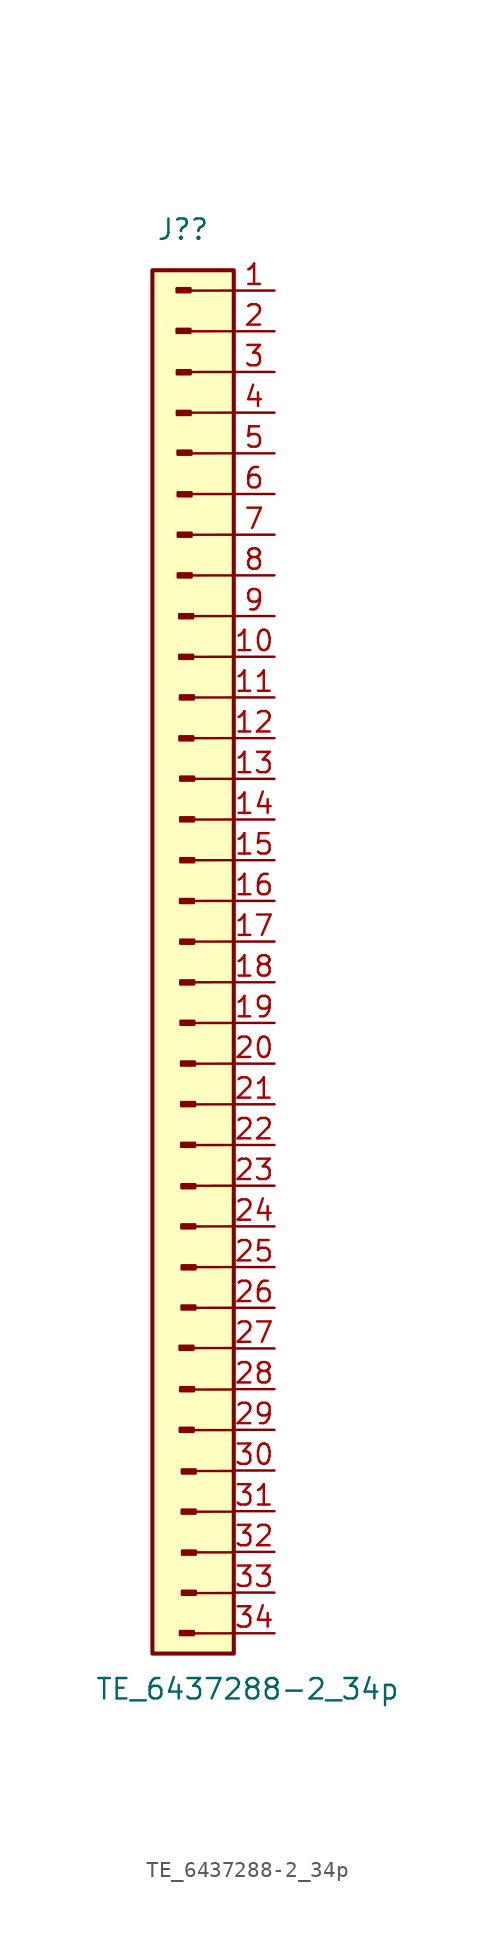
<source format=kicad_sym>
(kicad_symbol_lib
  (version 20211014)
  (generator kicad_symbol_editor)
  (symbol "TE_6437288-2_34p"
    (property "Reference" "J?"
      (at -3.175 3.81 0)
      (effects (font (size 1.27 1.27))))
    (property "Value" "TE_6437288-2_34p"
      (at 0.857 -87.307 0)
      (effects (font (size 1.27 1.27))))
    (symbol "TE_6437288-2_34p_0_1"
      (rectangle (start -5.08 1.27) (end 0 -85.09) (stroke (width 0.254) (type default) (color 0 0 0 0)) (fill (type background)))
      (polyline (pts (xy -0.124 -66.015) (xy -2.764 -66.018)) (stroke (width 0) (type default) (color 0 0 0 0)) (fill (type none)))
      (polyline (pts (xy -0.112 -71.136) (xy -2.752 -71.139)) (stroke (width 0) (type default) (color 0 0 0 0)) (fill (type none)))
      (polyline (pts (xy -0.1 -83.824) (xy -2.74 -83.827)) (stroke (width 0) (type default) (color 0 0 0 0)) (fill (type none)))
      (polyline (pts (xy -0.088 -68.603) (xy -2.728 -68.606)) (stroke (width 0) (type default) (color 0 0 0 0)) (fill (type none)))
      (polyline (pts (xy 0 -63.5) (xy -2.64 -63.503)) (stroke (width 0) (type default) (color 0 0 0 0)) (fill (type none)))
      (polyline (pts (xy 0 -60.96) (xy -2.64 -60.963)) (stroke (width 0) (type default) (color 0 0 0 0)) (fill (type none)))
      (polyline (pts (xy 0 -58.42) (xy -2.64 -58.423)) (stroke (width 0) (type default) (color 0 0 0 0)) (fill (type none)))
      (polyline (pts (xy 0 -55.88) (xy -2.64 -55.883)) (stroke (width 0) (type default) (color 0 0 0 0)) (fill (type none)))
      (polyline (pts (xy 0 -53.34) (xy -2.64 -53.343)) (stroke (width 0) (type default) (color 0 0 0 0)) (fill (type none)))
      (polyline (pts (xy 0 -50.8) (xy -2.64 -50.803)) (stroke (width 0) (type default) (color 0 0 0 0)) (fill (type none)))
      (polyline (pts (xy 0 -48.26) (xy -2.64 -48.263)) (stroke (width 0) (type default) (color 0 0 0 0)) (fill (type none)))
      (polyline (pts (xy 0 -45.72) (xy -2.64 -45.723)) (stroke (width 0) (type default) (color 0 0 0 0)) (fill (type none)))
      (polyline (pts (xy 0 -43.18) (xy -2.64 -43.183)) (stroke (width 0) (type default) (color 0 0 0 0)) (fill (type none)))
      (polyline (pts (xy 0 -40.64) (xy -2.64 -40.643)) (stroke (width 0) (type default) (color 0 0 0 0)) (fill (type none)))
      (polyline (pts (xy 0 -38.1) (xy -2.64 -38.103)) (stroke (width 0) (type default) (color 0 0 0 0)) (fill (type none)))
      (polyline (pts (xy 0 -35.56) (xy -2.64 -35.563)) (stroke (width 0) (type default) (color 0 0 0 0)) (fill (type none)))
      (polyline (pts (xy 0 -33.02) (xy -2.64 -33.023)) (stroke (width 0) (type default) (color 0 0 0 0)) (fill (type none)))
      (polyline (pts (xy 0 -30.48) (xy -2.64 -30.483)) (stroke (width 0) (type default) (color 0 0 0 0)) (fill (type none)))
      (polyline (pts (xy 0 -27.94) (xy -2.64 -27.943)) (stroke (width 0) (type default) (color 0 0 0 0)) (fill (type none)))
      (polyline (pts (xy 0 -25.4) (xy -2.64 -25.403)) (stroke (width 0) (type default) (color 0 0 0 0)) (fill (type none)))
      (polyline (pts (xy 0 -22.86) (xy -2.64 -22.863)) (stroke (width 0) (type default) (color 0 0 0 0)) (fill (type none)))
      (polyline (pts (xy 0 -20.32) (xy -2.64 -20.323)) (stroke (width 0) (type default) (color 0 0 0 0)) (fill (type none)))
      (polyline (pts (xy 0 -17.78) (xy -2.64 -17.783)) (stroke (width 0) (type default) (color 0 0 0 0)) (fill (type none)))
      (polyline (pts (xy 0 -15.24) (xy -2.64 -15.243)) (stroke (width 0) (type default) (color 0 0 0 0)) (fill (type none)))
      (polyline (pts (xy 0 -12.7) (xy -2.64 -12.703)) (stroke (width 0) (type default) (color 0 0 0 0)) (fill (type none)))
      (polyline (pts (xy 0 -10.16) (xy -2.64 -10.163)) (stroke (width 0) (type default) (color 0 0 0 0)) (fill (type none)))
      (polyline (pts (xy 0 -7.62) (xy -2.64 -7.623)) (stroke (width 0) (type default) (color 0 0 0 0)) (fill (type none)))
      (polyline (pts (xy 0 -5.08) (xy -2.64 -5.083)) (stroke (width 0) (type default) (color 0 0 0 0)) (fill (type none)))
      (polyline (pts (xy 0 -2.54) (xy -2.64 -2.543)) (stroke (width 0) (type default) (color 0 0 0 0)) (fill (type none)))
      (polyline (pts (xy 0 0) (xy -2.64 -0.003)) (stroke (width 0) (type default) (color 0 0 0 0)) (fill (type none)))
      (polyline (pts (xy 0.024 -81.309) (xy -2.616 -81.312)) (stroke (width 0) (type default) (color 0 0 0 0)) (fill (type none)))
      (polyline (pts (xy 0.024 -78.769) (xy -2.616 -78.772)) (stroke (width 0) (type default) (color 0 0 0 0)) (fill (type none)))
      (polyline (pts (xy 0.024 -76.229) (xy -2.616 -76.232)) (stroke (width 0) (type default) (color 0 0 0 0)) (fill (type none)))
      (polyline (pts (xy 0.024 -73.689) (xy -2.616 -73.692)) (stroke (width 0) (type default) (color 0 0 0 0)) (fill (type none))))
    (symbol "TE_6437288-2_34p_1_1"
      (rectangle (start -2.705 -2.389) (end -3.569 -2.643) (stroke (width 0.152) (type default) (color 0 0 0 0)) (fill (type outline)))
      (rectangle (start -2.705 0.15) (end -3.569 -0.103) (stroke (width 0.152) (type default) (color 0 0 0 0)) (fill (type outline)))
      (rectangle (start -2.691 -7.513) (end -3.554 -7.766) (stroke (width 0.152) (type default) (color 0 0 0 0)) (fill (type outline)))
      (rectangle (start -2.691 -4.973) (end -3.554 -5.226) (stroke (width 0.152) (type default) (color 0 0 0 0)) (fill (type outline)))
      (rectangle (start -2.648 -9.991) (end -3.511 -10.245) (stroke (width 0.152) (type default) (color 0 0 0 0)) (fill (type outline)))
      (rectangle (start -2.638 -12.591) (end -3.501 -12.845) (stroke (width 0.152) (type default) (color 0 0 0 0)) (fill (type outline)))
      (rectangle (start -2.633 -17.654) (end -3.496 -17.908) (stroke (width 0.152) (type default) (color 0 0 0 0)) (fill (type outline)))
      (rectangle (start -2.633 -15.114) (end -3.496 -15.368) (stroke (width 0.152) (type default) (color 0 0 0 0)) (fill (type outline)))
      (rectangle (start -2.539 -22.74) (end -3.403 -22.994) (stroke (width 0.152) (type default) (color 0 0 0 0)) (fill (type outline)))
      (rectangle (start -2.539 -20.2) (end -3.403 -20.454) (stroke (width 0.152) (type default) (color 0 0 0 0)) (fill (type outline)))
      (rectangle (start -2.53 -27.826) (end -3.394 -28.079) (stroke (width 0.152) (type default) (color 0 0 0 0)) (fill (type outline)))
      (rectangle (start -2.521 -65.872) (end -3.384 -66.126) (stroke (width 0.152) (type default) (color 0 0 0 0)) (fill (type outline)))
      (rectangle (start -2.509 -70.993) (end -3.372 -71.247) (stroke (width 0.152) (type default) (color 0 0 0 0)) (fill (type outline)))
      (rectangle (start -2.498 -25.27) (end -3.362 -25.524) (stroke (width 0.152) (type default) (color 0 0 0 0)) (fill (type outline)))
      (rectangle (start -2.497 -83.681) (end -3.36 -83.935) (stroke (width 0.152) (type default) (color 0 0 0 0)) (fill (type outline)))
      (rectangle (start -2.491 -37.983) (end -3.355 -38.237) (stroke (width 0.152) (type default) (color 0 0 0 0)) (fill (type outline)))
      (rectangle (start -2.485 -68.46) (end -3.348 -68.714) (stroke (width 0.152) (type default) (color 0 0 0 0)) (fill (type outline)))
      (rectangle (start -2.481 -32.882) (end -3.345 -33.136) (stroke (width 0.152) (type default) (color 0 0 0 0)) (fill (type outline)))
      (rectangle (start -2.481 -30.342) (end -3.345 -30.596) (stroke (width 0.152) (type default) (color 0 0 0 0)) (fill (type outline)))
      (rectangle (start -2.476 -43.061) (end -3.34 -43.315) (stroke (width 0.152) (type default) (color 0 0 0 0)) (fill (type outline)))
      (rectangle (start -2.476 -40.521) (end -3.34 -40.775) (stroke (width 0.152) (type default) (color 0 0 0 0)) (fill (type outline)))
      (rectangle (start -2.473 -35.434) (end -3.337 -35.688) (stroke (width 0.152) (type default) (color 0 0 0 0)) (fill (type outline)))
      (rectangle (start -2.46 -45.582) (end -3.324 -45.836) (stroke (width 0.152) (type default) (color 0 0 0 0)) (fill (type outline)))
      (rectangle (start -2.43 -48.127) (end -3.293 -48.381) (stroke (width 0.152) (type default) (color 0 0 0 0)) (fill (type outline)))
      (rectangle (start -2.419 -53.202) (end -3.282 -53.456) (stroke (width 0.152) (type default) (color 0 0 0 0)) (fill (type outline)))
      (rectangle (start -2.419 -50.662) (end -3.282 -50.916) (stroke (width 0.152) (type default) (color 0 0 0 0)) (fill (type outline)))
      (rectangle (start -2.41 -58.292) (end -3.274 -58.546) (stroke (width 0.152) (type default) (color 0 0 0 0)) (fill (type outline)))
      (rectangle (start -2.404 -55.785) (end -3.267 -56.039) (stroke (width 0.152) (type default) (color 0 0 0 0)) (fill (type outline)))
      (rectangle (start -2.397 -63.357) (end -3.26 -63.611) (stroke (width 0.152) (type default) (color 0 0 0 0)) (fill (type outline)))
      (rectangle (start -2.39 -60.85) (end -3.254 -61.104) (stroke (width 0.152) (type default) (color 0 0 0 0)) (fill (type outline)))
      (rectangle (start -2.386 -76.1) (end -3.25 -76.355) (stroke (width 0.152) (type default) (color 0 0 0 0)) (fill (type outline)))
      (rectangle (start -2.38 -73.594) (end -3.243 -73.848) (stroke (width 0.152) (type default) (color 0 0 0 0)) (fill (type outline)))
      (rectangle (start -2.373 -81.165) (end -3.236 -81.419) (stroke (width 0.152) (type default) (color 0 0 0 0)) (fill (type outline)))
      (rectangle (start -2.366 -78.659) (end -3.23 -78.913) (stroke (width 0.152) (type default) (color 0 0 0 0)) (fill (type outline)))
      (pin bidirectional line (at 2.54 0 180) (length 2.54) (name "" (effects (font (size 1.27 1.27)))) (number "1" (effects (font (size 1.27 1.27)))))
      (pin bidirectional line (at 2.54 -22.86 180) (length 2.54) (name "" (effects (font (size 1.27 1.27)))) (number "10" (effects (font (size 1.27 1.27)))))
      (pin bidirectional line (at 2.54 -25.4 180) (length 2.54) (name "" (effects (font (size 1.27 1.27)))) (number "11" (effects (font (size 1.27 1.27)))))
      (pin bidirectional line (at 2.54 -27.94 180) (length 2.54) (name "" (effects (font (size 1.27 1.27)))) (number "12" (effects (font (size 1.27 1.27)))))
      (pin bidirectional line (at 2.54 -30.48 180) (length 2.54) (name "" (effects (font (size 1.27 1.27)))) (number "13" (effects (font (size 1.27 1.27)))))
      (pin bidirectional line (at 2.54 -33.02 180) (length 2.54) (name "" (effects (font (size 1.27 1.27)))) (number "14" (effects (font (size 1.27 1.27)))))
      (pin bidirectional line (at 2.54 -35.56 180) (length 2.54) (name "" (effects (font (size 1.27 1.27)))) (number "15" (effects (font (size 1.27 1.27)))))
      (pin bidirectional line (at 2.54 -38.1 180) (length 2.54) (name "" (effects (font (size 1.27 1.27)))) (number "16" (effects (font (size 1.27 1.27)))))
      (pin bidirectional line (at 2.54 -40.64 180) (length 2.54) (name "" (effects (font (size 1.27 1.27)))) (number "17" (effects (font (size 1.27 1.27)))))
      (pin bidirectional line (at 2.54 -43.18 180) (length 2.54) (name "" (effects (font (size 1.27 1.27)))) (number "18" (effects (font (size 1.27 1.27)))))
      (pin bidirectional line (at 2.54 -45.72 180) (length 2.54) (name "" (effects (font (size 1.27 1.27)))) (number "19" (effects (font (size 1.27 1.27)))))
      (pin bidirectional line (at 2.54 -2.54 180) (length 2.54) (name "" (effects (font (size 1.27 1.27)))) (number "2" (effects (font (size 1.27 1.27)))))
      (pin bidirectional line (at 2.54 -48.26 180) (length 2.54) (name "" (effects (font (size 1.27 1.27)))) (number "20" (effects (font (size 1.27 1.27)))))
      (pin bidirectional line (at 2.54 -50.8 180) (length 2.54) (name "" (effects (font (size 1.27 1.27)))) (number "21" (effects (font (size 1.27 1.27)))))
      (pin bidirectional line (at 2.54 -53.34 180) (length 2.54) (name "" (effects (font (size 1.27 1.27)))) (number "22" (effects (font (size 1.27 1.27)))))
      (pin bidirectional line (at 2.54 -55.88 180) (length 2.54) (name "" (effects (font (size 1.27 1.27)))) (number "23" (effects (font (size 1.27 1.27)))))
      (pin bidirectional line (at 2.54 -58.42 180) (length 2.54) (name "" (effects (font (size 1.27 1.27)))) (number "24" (effects (font (size 1.27 1.27)))))
      (pin bidirectional line (at 2.54 -60.96 180) (length 2.54) (name "" (effects (font (size 1.27 1.27)))) (number "25" (effects (font (size 1.27 1.27)))))
      (pin bidirectional line (at 2.54 -63.5 180) (length 2.54) (name "" (effects (font (size 1.27 1.27)))) (number "26" (effects (font (size 1.27 1.27)))))
      (pin bidirectional line (at 2.54 -66.04 180) (length 2.54) (name "" (effects (font (size 1.27 1.27)))) (number "27" (effects (font (size 1.27 1.27)))))
      (pin bidirectional line (at 2.54 -68.58 180) (length 2.54) (name "" (effects (font (size 1.27 1.27)))) (number "28" (effects (font (size 1.27 1.27)))))
      (pin bidirectional line (at 2.54 -71.12 180) (length 2.54) (name "" (effects (font (size 1.27 1.27)))) (number "29" (effects (font (size 1.27 1.27)))))
      (pin bidirectional line (at 2.54 -5.08 180) (length 2.54) (name "" (effects (font (size 1.27 1.27)))) (number "3" (effects (font (size 1.27 1.27)))))
      (pin bidirectional line (at 2.54 -73.66 180) (length 2.54) (name "" (effects (font (size 1.27 1.27)))) (number "30" (effects (font (size 1.27 1.27)))))
      (pin bidirectional line (at 2.54 -76.2 180) (length 2.54) (name "" (effects (font (size 1.27 1.27)))) (number "31" (effects (font (size 1.27 1.27)))))
      (pin bidirectional line (at 2.54 -78.74 180) (length 2.54) (name "" (effects (font (size 1.27 1.27)))) (number "32" (effects (font (size 1.27 1.27)))))
      (pin bidirectional line (at 2.54 -81.28 180) (length 2.54) (name "" (effects (font (size 1.27 1.27)))) (number "33" (effects (font (size 1.27 1.27)))))
      (pin bidirectional line (at 2.54 -83.82 180) (length 2.54) (name "" (effects (font (size 1.27 1.27)))) (number "34" (effects (font (size 1.27 1.27)))))
      (pin bidirectional line (at 2.54 -7.62 180) (length 2.54) (name "" (effects (font (size 1.27 1.27)))) (number "4" (effects (font (size 1.27 1.27)))))
      (pin bidirectional line (at 2.54 -10.16 180) (length 2.54) (name "" (effects (font (size 1.27 1.27)))) (number "5" (effects (font (size 1.27 1.27)))))
      (pin bidirectional line (at 2.54 -12.7 180) (length 2.54) (name "" (effects (font (size 1.27 1.27)))) (number "6" (effects (font (size 1.27 1.27)))))
      (pin bidirectional line (at 2.54 -15.24 180) (length 2.54) (name "" (effects (font (size 1.27 1.27)))) (number "7" (effects (font (size 1.27 1.27)))))
      (pin bidirectional line (at 2.54 -17.78 180) (length 2.54) (name "" (effects (font (size 1.27 1.27)))) (number "8" (effects (font (size 1.27 1.27)))))
      (pin bidirectional line (at 2.54 -20.32 180) (length 2.54) (name "" (effects (font (size 1.27 1.27)))) (number "9" (effects (font (size 1.27 1.27))))))))
</source>
